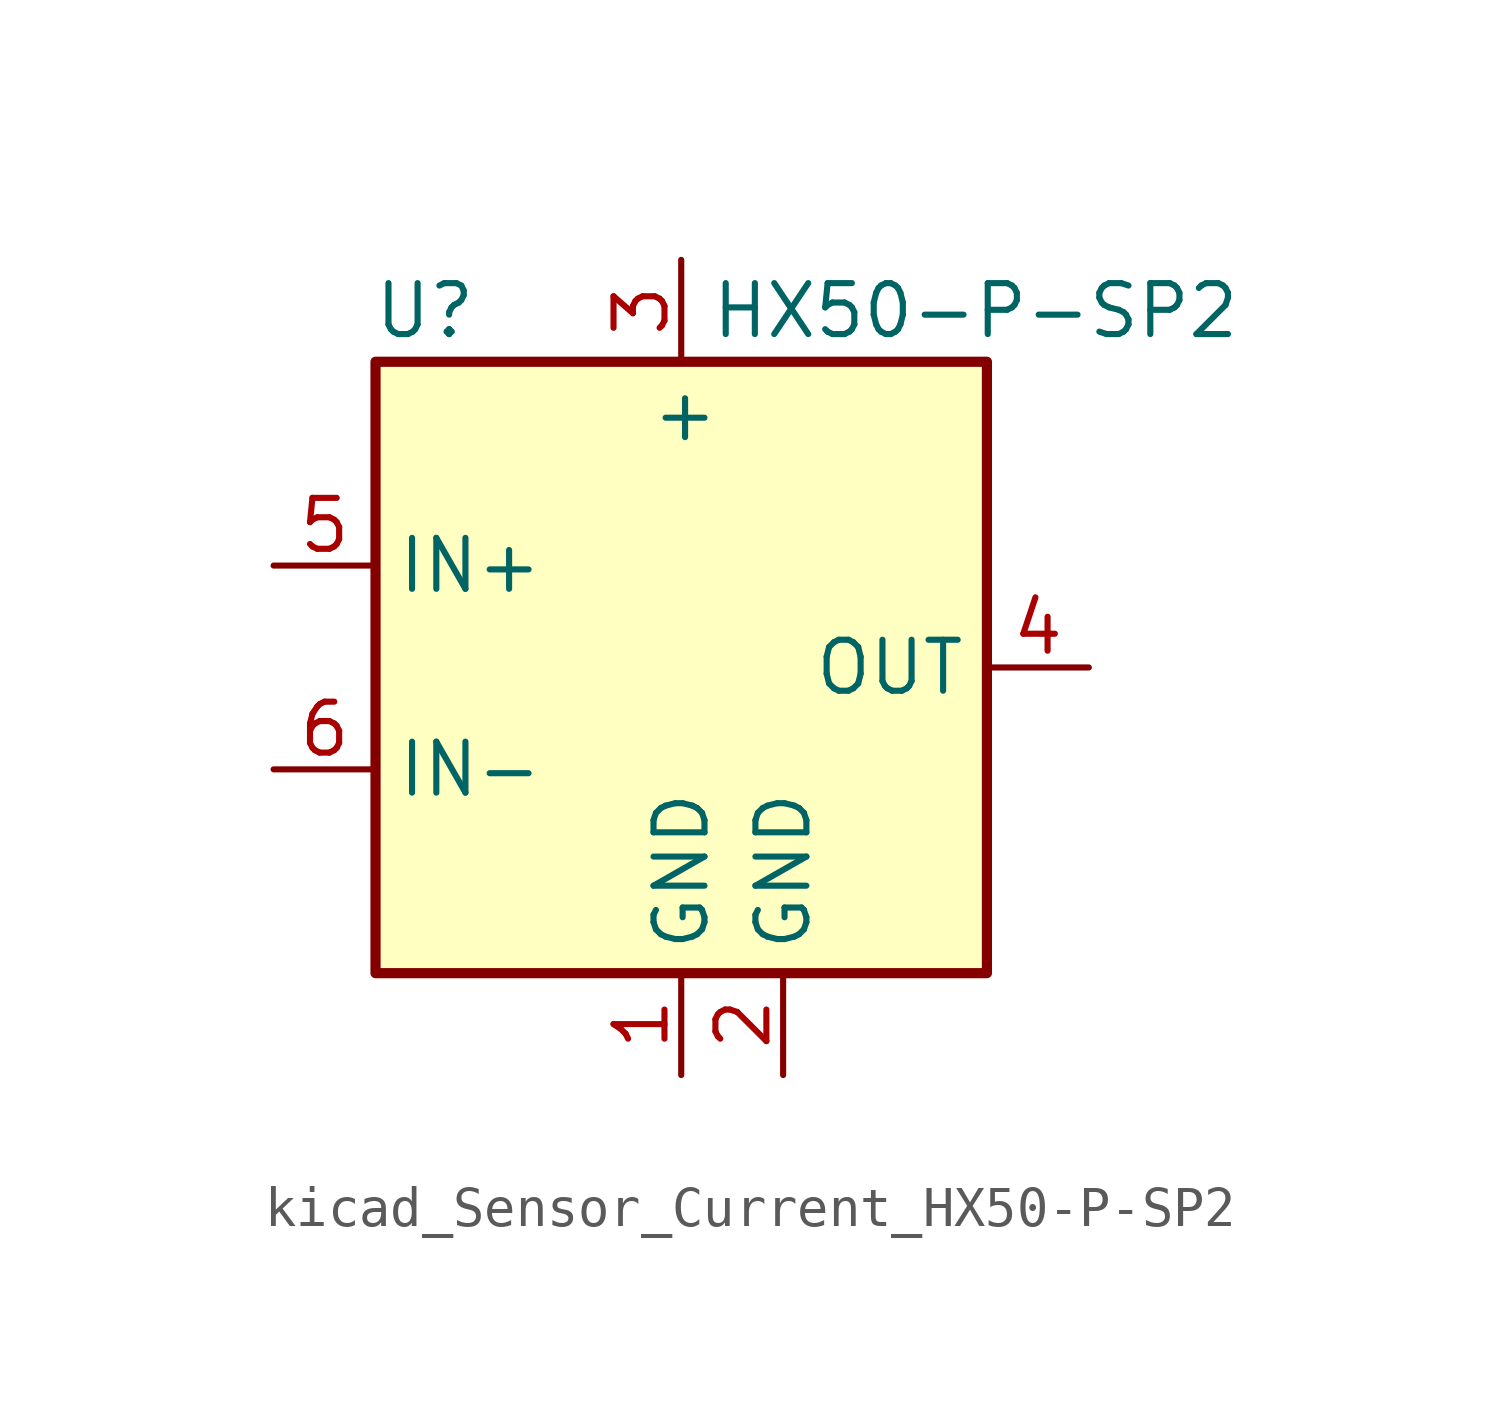
<source format=kicad_sym>
(kicad_symbol_lib
  (version 20220914)
  (generator kicad_symbol_editor)
  (symbol "kicad_Sensor_Current_HX50-P-SP2"
    (property "Reference" "U"
      (at -5.08 8.89 0)
      (effects (font (size 1.27 1.27)) (justify right)))
    (property "Value" "HX50-P-SP2"
      (at 13.97 8.89 0)
      (effects (font (size 1.27 1.27)) (justify right)))
    (symbol "kicad_Sensor_Current_HX50-P-SP2_0_1"
      (rectangle (start -7.62 7.62) (end 7.62 -7.62) (stroke (width 0.254) (type default)) (fill (type background))))
    (symbol "kicad_Sensor_Current_HX50-P-SP2_1_1"
      (pin power_in line (at 0 -10.16 90) (length 2.54) (name "GND" (effects (font (size 1.27 1.27)))) (number "1" (effects (font (size 1.27 1.27)))))
      (pin power_in line (at 2.54 -10.16 90) (length 2.54) (name "GND" (effects (font (size 1.27 1.27)))) (number "2" (effects (font (size 1.27 1.27)))))
      (pin power_in line (at 0 10.16 270) (length 2.54) (name "+" (effects (font (size 1.27 1.27)))) (number "3" (effects (font (size 1.27 1.27)))))
      (pin output line (at 10.16 0 180) (length 2.54) (name "OUT" (effects (font (size 1.27 1.27)))) (number "4" (effects (font (size 1.27 1.27)))))
      (pin passive line (at -10.16 2.54 0) (length 2.54) (name "IN+" (effects (font (size 1.27 1.27)))) (number "5" (effects (font (size 1.27 1.27)))))
      (pin passive line (at -10.16 -2.54 0) (length 2.54) (name "IN-" (effects (font (size 1.27 1.27)))) (number "6" (effects (font (size 1.27 1.27))))))))
</source>
